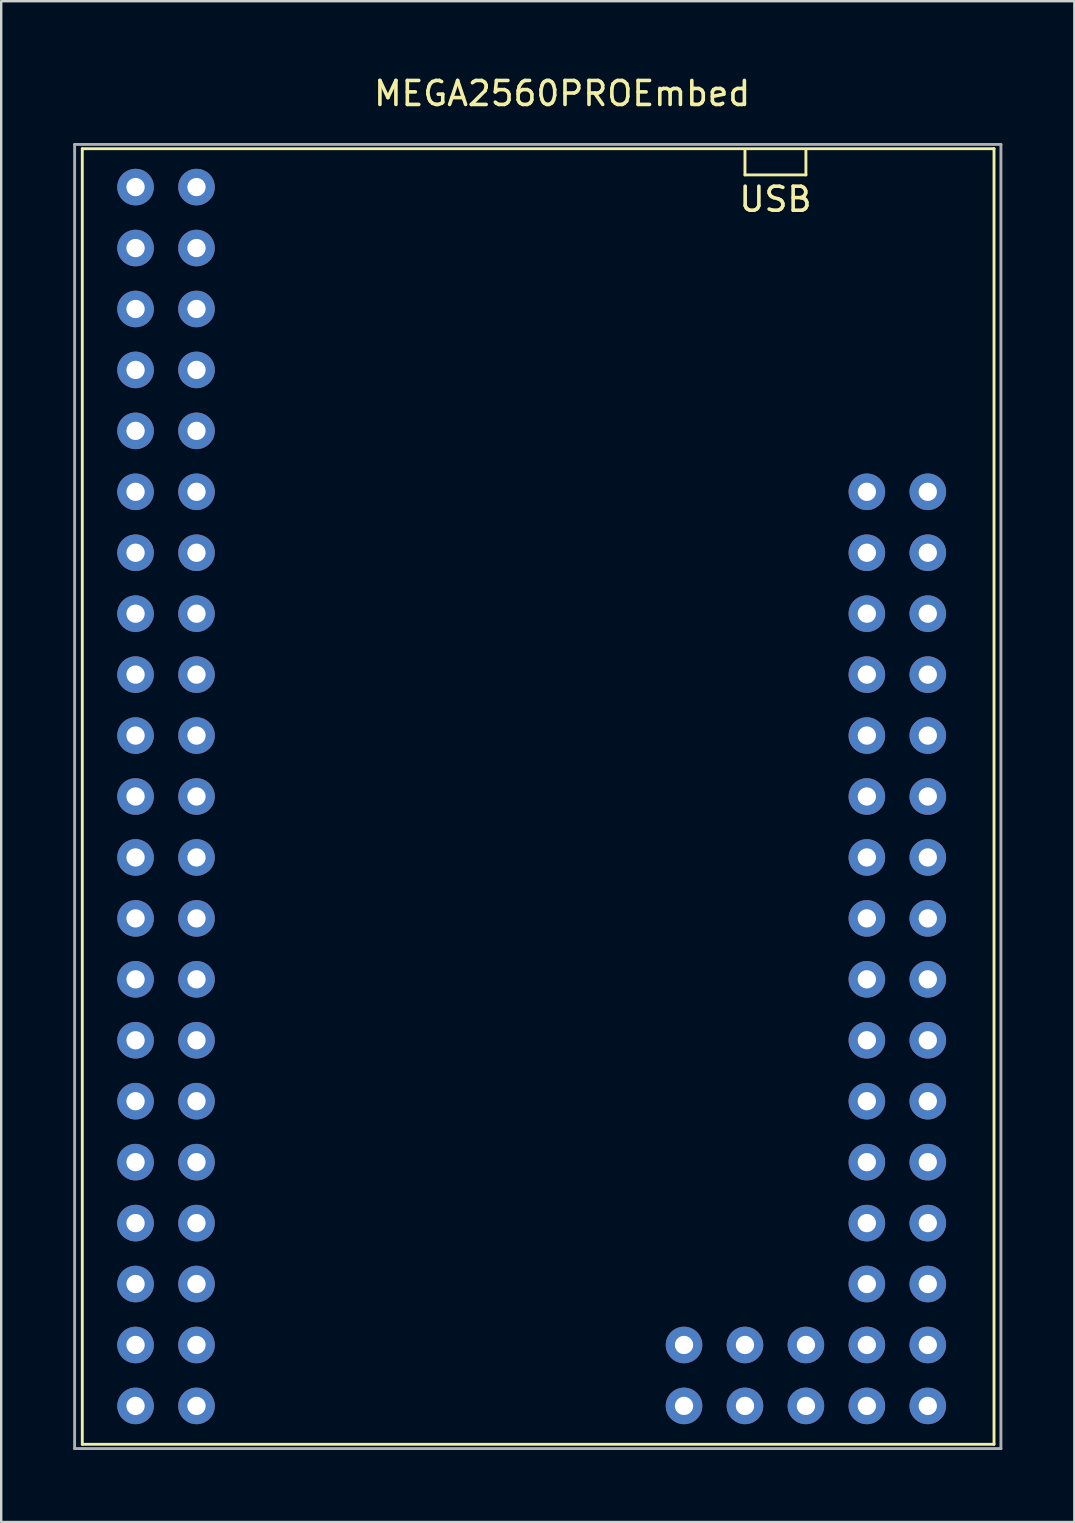
<source format=kicad_pcb>
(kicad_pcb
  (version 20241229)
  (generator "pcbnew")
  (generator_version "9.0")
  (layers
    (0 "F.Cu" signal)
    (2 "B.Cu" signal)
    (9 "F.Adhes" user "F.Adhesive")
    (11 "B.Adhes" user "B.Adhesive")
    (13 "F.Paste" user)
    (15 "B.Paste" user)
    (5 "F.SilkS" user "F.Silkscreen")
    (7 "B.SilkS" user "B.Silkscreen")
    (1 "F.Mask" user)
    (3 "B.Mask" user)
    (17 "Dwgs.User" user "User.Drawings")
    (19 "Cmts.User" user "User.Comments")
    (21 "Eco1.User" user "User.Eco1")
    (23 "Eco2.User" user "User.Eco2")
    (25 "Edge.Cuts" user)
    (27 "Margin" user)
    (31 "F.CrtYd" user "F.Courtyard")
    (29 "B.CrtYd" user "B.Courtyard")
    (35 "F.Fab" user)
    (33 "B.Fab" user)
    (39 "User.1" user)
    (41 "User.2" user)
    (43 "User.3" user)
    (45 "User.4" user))
  (footprint "MEGA2560PROEmbed"
    (layer "F.Cu")
    (at 20.38 30.148)
    (property "Reference" "MEGA2560PROEmbed" (at 0 -29.3 0) (layer "F.SilkS") (effects (font (size 1 1) (thickness 0.15))))
    (attr through_hole)
    (fp_line (start -20 -27) (end -20 27) (stroke (width 0.12) (type solid)) (layer "F.SilkS"))
    (fp_line (start -20 27) (end 18 27) (stroke (width 0.12) (type solid)) (layer "F.SilkS"))
    (fp_line (start 7.62 -26.924) (end 7.62 -25.908) (stroke (width 0.12) (type solid)) (layer "F.SilkS"))
    (fp_line (start 7.62 -25.908) (end 10.16 -25.908) (stroke (width 0.12) (type solid)) (layer "F.SilkS"))
    (fp_line (start 10.16 -25.908) (end 10.16 -26.924) (stroke (width 0.12) (type solid)) (layer "F.SilkS"))
    (fp_line (start 18 -27) (end -20 -27) (stroke (width 0.12) (type solid)) (layer "F.SilkS"))
    (fp_line (start 18 27) (end 18 -27) (stroke (width 0.12) (type solid)) (layer "F.SilkS"))
    (fp_line (start -20.32 -27.178) (end -20.32 27.178) (stroke (width 0.12) (type solid)) (layer "F.Fab"))
    (fp_line (start -20.32 27.178) (end 18.288 27.178) (stroke (width 0.12) (type solid)) (layer "F.Fab"))
    (fp_line (start 18.288 -27.178) (end -20.32 -27.178) (stroke (width 0.12) (type solid)) (layer "F.Fab"))
    (fp_line (start 18.288 27.178) (end 18.288 -27.178) (stroke (width 0.12) (type solid)) (layer "F.Fab"))
    (fp_text user "USB" (at 8.89 -24.892 0) (layer "F.SilkS") (effects (font (size 1 1) (thickness 0.15))))
    (pad "1" thru_hole circle (at -17.78 -25.4) (size 1.524 1.524) (drill 0.762) (layers "*.Cu" "*.Mask"))
    (pad "2" thru_hole circle (at -15.24 -25.4) (size 1.524 1.524) (drill 0.762) (layers "*.Cu" "*.Mask"))
    (pad "3" thru_hole circle (at -17.78 -22.86) (size 1.524 1.524) (drill 0.762) (layers "*.Cu" "*.Mask"))
    (pad "4" thru_hole circle (at -15.24 -22.86) (size 1.524 1.524) (drill 0.762) (layers "*.Cu" "*.Mask"))
    (pad "5" thru_hole circle (at -17.78 -20.32) (size 1.524 1.524) (drill 0.762) (layers "*.Cu" "*.Mask"))
    (pad "6" thru_hole circle (at -15.24 -20.32) (size 1.524 1.524) (drill 0.762) (layers "*.Cu" "*.Mask"))
    (pad "7" thru_hole circle (at -17.78 -17.78) (size 1.524 1.524) (drill 0.762) (layers "*.Cu" "*.Mask"))
    (pad "8" thru_hole circle (at -15.24 -17.78) (size 1.524 1.524) (drill 0.762) (layers "*.Cu" "*.Mask"))
    (pad "9" thru_hole circle (at -17.78 -15.24) (size 1.524 1.524) (drill 0.762) (layers "*.Cu" "*.Mask"))
    (pad "10" thru_hole circle (at -15.24 -15.24) (size 1.524 1.524) (drill 0.762) (layers "*.Cu" "*.Mask"))
    (pad "11" thru_hole circle (at -17.78 -12.7) (size 1.524 1.524) (drill 0.762) (layers "*.Cu" "*.Mask"))
    (pad "12" thru_hole circle (at -15.24 -12.7) (size 1.524 1.524) (drill 0.762) (layers "*.Cu" "*.Mask"))
    (pad "13" thru_hole circle (at -17.78 -10.16) (size 1.524 1.524) (drill 0.762) (layers "*.Cu" "*.Mask"))
    (pad "14" thru_hole circle (at -15.24 -10.16) (size 1.524 1.524) (drill 0.762) (layers "*.Cu" "*.Mask"))
    (pad "15" thru_hole circle (at -17.78 -7.62) (size 1.524 1.524) (drill 0.762) (layers "*.Cu" "*.Mask"))
    (pad "16" thru_hole circle (at -15.24 -7.62) (size 1.524 1.524) (drill 0.762) (layers "*.Cu" "*.Mask"))
    (pad "17" thru_hole circle (at -17.78 -5.08) (size 1.524 1.524) (drill 0.762) (layers "*.Cu" "*.Mask"))
    (pad "18" thru_hole circle (at -15.24 -5.08) (size 1.524 1.524) (drill 0.762) (layers "*.Cu" "*.Mask"))
    (pad "19" thru_hole circle (at -17.78 -2.54) (size 1.524 1.524) (drill 0.762) (layers "*.Cu" "*.Mask"))
    (pad "20" thru_hole circle (at -15.24 -2.54) (size 1.524 1.524) (drill 0.762) (layers "*.Cu" "*.Mask"))
    (pad "21" thru_hole circle (at -17.78 0) (size 1.524 1.524) (drill 0.762) (layers "*.Cu" "*.Mask"))
    (pad "22" thru_hole circle (at -15.24 0) (size 1.524 1.524) (drill 0.762) (layers "*.Cu" "*.Mask"))
    (pad "23" thru_hole circle (at -17.78 2.54) (size 1.524 1.524) (drill 0.762) (layers "*.Cu" "*.Mask"))
    (pad "24" thru_hole circle (at -15.24 2.54) (size 1.524 1.524) (drill 0.762) (layers "*.Cu" "*.Mask"))
    (pad "25" thru_hole circle (at -17.78 5.08) (size 1.524 1.524) (drill 0.762) (layers "*.Cu" "*.Mask"))
    (pad "26" thru_hole circle (at -15.24 5.08) (size 1.524 1.524) (drill 0.762) (layers "*.Cu" "*.Mask"))
    (pad "27" thru_hole circle (at -17.78 7.62) (size 1.524 1.524) (drill 0.762) (layers "*.Cu" "*.Mask"))
    (pad "28" thru_hole circle (at -15.24 7.62) (size 1.524 1.524) (drill 0.762) (layers "*.Cu" "*.Mask"))
    (pad "29" thru_hole circle (at -17.78 10.16) (size 1.524 1.524) (drill 0.762) (layers "*.Cu" "*.Mask"))
    (pad "30" thru_hole circle (at -15.24 10.16) (size 1.524 1.524) (drill 0.762) (layers "*.Cu" "*.Mask"))
    (pad "31" thru_hole circle (at -17.78 12.7) (size 1.524 1.524) (drill 0.762) (layers "*.Cu" "*.Mask"))
    (pad "32" thru_hole circle (at -15.24 12.7) (size 1.524 1.524) (drill 0.762) (layers "*.Cu" "*.Mask"))
    (pad "33" thru_hole circle (at -17.78 15.24) (size 1.524 1.524) (drill 0.762) (layers "*.Cu" "*.Mask"))
    (pad "34" thru_hole circle (at -15.24 15.24) (size 1.524 1.524) (drill 0.762) (layers "*.Cu" "*.Mask"))
    (pad "35" thru_hole circle (at -17.78 17.78) (size 1.524 1.524) (drill 0.762) (layers "*.Cu" "*.Mask"))
    (pad "36" thru_hole circle (at -15.24 17.78) (size 1.524 1.524) (drill 0.762) (layers "*.Cu" "*.Mask"))
    (pad "37" thru_hole circle (at -17.78 20.32) (size 1.524 1.524) (drill 0.762) (layers "*.Cu" "*.Mask"))
    (pad "38" thru_hole circle (at -15.24 20.32) (size 1.524 1.524) (drill 0.762) (layers "*.Cu" "*.Mask"))
    (pad "39" thru_hole circle (at -17.78 22.86) (size 1.524 1.524) (drill 0.762) (layers "*.Cu" "*.Mask"))
    (pad "40" thru_hole circle (at -15.24 22.86) (size 1.524 1.524) (drill 0.762) (layers "*.Cu" "*.Mask"))
    (pad "41" thru_hole circle (at -17.78 25.4) (size 1.524 1.524) (drill 0.762) (layers "*.Cu" "*.Mask"))
    (pad "42" thru_hole circle (at -15.24 25.4) (size 1.524 1.524) (drill 0.762) (layers "*.Cu" "*.Mask"))
    (pad "43" thru_hole circle (at 15.24 -12.7) (size 1.524 1.524) (drill 0.762) (layers "*.Cu" "*.Mask"))
    (pad "44" thru_hole circle (at 12.7 -12.7) (size 1.524 1.524) (drill 0.762) (layers "*.Cu" "*.Mask"))
    (pad "45" thru_hole circle (at 15.24 -10.16) (size 1.524 1.524) (drill 0.762) (layers "*.Cu" "*.Mask"))
    (pad "46" thru_hole circle (at 12.7 -10.16) (size 1.524 1.524) (drill 0.762) (layers "*.Cu" "*.Mask"))
    (pad "47" thru_hole circle (at 15.24 -7.62) (size 1.524 1.524) (drill 0.762) (layers "*.Cu" "*.Mask"))
    (pad "48" thru_hole circle (at 12.7 -7.62) (size 1.524 1.524) (drill 0.762) (layers "*.Cu" "*.Mask"))
    (pad "49" thru_hole circle (at 15.24 -5.08) (size 1.524 1.524) (drill 0.762) (layers "*.Cu" "*.Mask"))
    (pad "50" thru_hole circle (at 12.7 -5.08) (size 1.524 1.524) (drill 0.762) (layers "*.Cu" "*.Mask"))
    (pad "51" thru_hole circle (at 15.24 -2.54) (size 1.524 1.524) (drill 0.762) (layers "*.Cu" "*.Mask"))
    (pad "52" thru_hole circle (at 12.7 -2.54) (size 1.524 1.524) (drill 0.762) (layers "*.Cu" "*.Mask"))
    (pad "53" thru_hole circle (at 15.24 0) (size 1.524 1.524) (drill 0.762) (layers "*.Cu" "*.Mask"))
    (pad "54" thru_hole circle (at 12.7 0) (size 1.524 1.524) (drill 0.762) (layers "*.Cu" "*.Mask"))
    (pad "55" thru_hole circle (at 15.24 2.54) (size 1.524 1.524) (drill 0.762) (layers "*.Cu" "*.Mask"))
    (pad "56" thru_hole circle (at 12.7 2.54) (size 1.524 1.524) (drill 0.762) (layers "*.Cu" "*.Mask"))
    (pad "57" thru_hole circle (at 15.24 5.08) (size 1.524 1.524) (drill 0.762) (layers "*.Cu" "*.Mask"))
    (pad "58" thru_hole circle (at 12.7 5.08) (size 1.524 1.524) (drill 0.762) (layers "*.Cu" "*.Mask"))
    (pad "59" thru_hole circle (at 15.24 7.62) (size 1.524 1.524) (drill 0.762) (layers "*.Cu" "*.Mask"))
    (pad "60" thru_hole circle (at 12.7 7.62) (size 1.524 1.524) (drill 0.762) (layers "*.Cu" "*.Mask"))
    (pad "61" thru_hole circle (at 15.24 10.16) (size 1.524 1.524) (drill 0.762) (layers "*.Cu" "*.Mask"))
    (pad "62" thru_hole circle (at 12.7 10.16) (size 1.524 1.524) (drill 0.762) (layers "*.Cu" "*.Mask"))
    (pad "63" thru_hole circle (at 15.24 12.7) (size 1.524 1.524) (drill 0.762) (layers "*.Cu" "*.Mask"))
    (pad "64" thru_hole circle (at 12.7 12.7) (size 1.524 1.524) (drill 0.762) (layers "*.Cu" "*.Mask"))
    (pad "65" thru_hole circle (at 15.24 15.24) (size 1.524 1.524) (drill 0.762) (layers "*.Cu" "*.Mask"))
    (pad "66" thru_hole circle (at 12.7 15.24) (size 1.524 1.524) (drill 0.762) (layers "*.Cu" "*.Mask"))
    (pad "67" thru_hole circle (at 15.24 17.78) (size 1.524 1.524) (drill 0.762) (layers "*.Cu" "*.Mask"))
    (pad "68" thru_hole circle (at 12.7 17.78) (size 1.524 1.524) (drill 0.762) (layers "*.Cu" "*.Mask"))
    (pad "69" thru_hole circle (at 15.24 20.32) (size 1.524 1.524) (drill 0.762) (layers "*.Cu" "*.Mask"))
    (pad "70" thru_hole circle (at 12.7 20.32) (size 1.524 1.524) (drill 0.762) (layers "*.Cu" "*.Mask"))
    (pad "71" thru_hole circle (at 15.24 22.86) (size 1.524 1.524) (drill 0.762) (layers "*.Cu" "*.Mask"))
    (pad "72" thru_hole circle (at 12.7 22.86) (size 1.524 1.524) (drill 0.762) (layers "*.Cu" "*.Mask"))
    (pad "73" thru_hole circle (at 15.24 25.4) (size 1.524 1.524) (drill 0.762) (layers "*.Cu" "*.Mask"))
    (pad "74" thru_hole circle (at 12.7 25.4) (size 1.524 1.524) (drill 0.762) (layers "*.Cu" "*.Mask"))
    (pad "75" thru_hole circle (at 10.16 25.4) (size 1.524 1.524) (drill 0.762) (layers "*.Cu" "*.Mask"))
    (pad "76" thru_hole circle (at 10.16 22.86) (size 1.524 1.524) (drill 0.762) (layers "*.Cu" "*.Mask"))
    (pad "77" thru_hole circle (at 7.62 25.4) (size 1.524 1.524) (drill 0.762) (layers "*.Cu" "*.Mask"))
    (pad "78" thru_hole circle (at 7.62 22.86) (size 1.524 1.524) (drill 0.762) (layers "*.Cu" "*.Mask"))
    (pad "79" thru_hole circle (at 5.08 25.4) (size 1.524 1.524) (drill 0.762) (layers "*.Cu" "*.Mask"))
    (pad "80" thru_hole circle (at 5.08 22.86) (size 1.524 1.524) (drill 0.762) (layers "*.Cu" "*.Mask")))
  (gr_rect
    (start -3 -3)
    (end 41.728 60.386)
    (stroke (width 0.1) (type default))
    (fill no)
    (layer "Edge.Cuts")))
</source>
